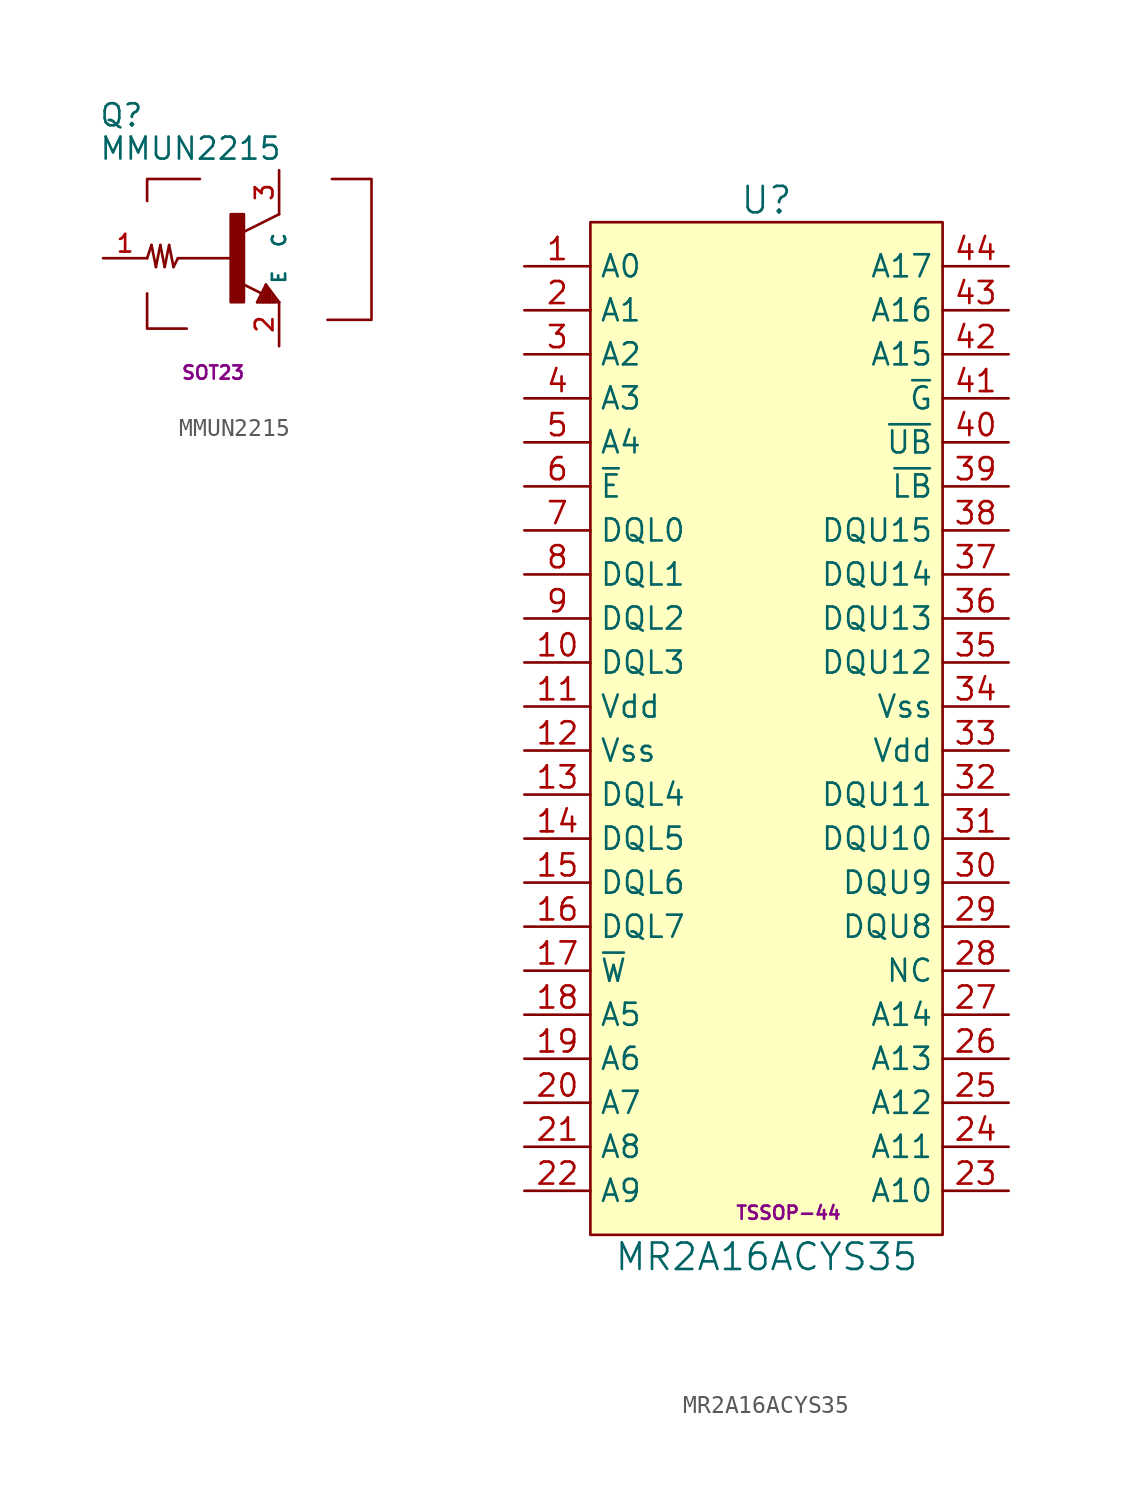
<source format=kicad_sym>
(kicad_symbol_lib
  (version 20220914)
  (generator kicad_symbol_editor)
  (symbol "MMUN2215"
    (pin_names
      (offset 1.016))
    (property "Reference" "Q"
      (at -7.874 8.255 0)
      (effects (font (size 1.27 1.27)) (justify left)))
    (property "Value" "MMUN2215"
      (at -7.874 5.588 0)
      (effects (font (size 1.27 1.27)) (justify left bottom)))
    (property "Footprint" "SOT23"
      (at -1.27 -6.604 0)
      (effects (font (size 0.762 0.762))))
    (property "Datasheet" ""
      (at 0 0 0)
      (effects (font (size 1.524 1.524))))
    (symbol "MMUN2215_0_0"
      (polyline (pts (xy 0 0) (xy -3.302 0) (xy -3.302 0)) (stroke (width 0) (type default)) (fill (type none)))
      (polyline (pts (xy -5.08 -2.032) (xy -5.08 -4.064) (xy -2.794 -4.064) (xy -2.794 -4.064)) (stroke (width 0) (type default)) (fill (type none)))
      (polyline (pts (xy -5.08 3.302) (xy -5.08 4.572) (xy -2.032 4.572) (xy -2.032 4.572)) (stroke (width 0) (type default)) (fill (type none)))
      (polyline (pts (xy 5.334 -3.556) (xy 7.874 -3.556) (xy 7.874 4.572) (xy 5.588 4.572) (xy 5.588 4.572)) (stroke (width 0) (type default)) (fill (type none))))
    (symbol "MMUN2215_0_1"
      (polyline (pts (xy 1.397 -2.54) (xy 1.397 -2.413) (xy 1.397 -2.413)) (stroke (width 0) (type default)) (fill (type none)))
      (polyline (pts (xy 1.524 -2.54) (xy 1.524 -2.159) (xy 1.524 -2.159)) (stroke (width 0) (type default)) (fill (type none)))
      (polyline (pts (xy 1.651 -2.54) (xy 1.651 -1.905) (xy 1.651 -1.905)) (stroke (width 0) (type default)) (fill (type none)))
      (polyline (pts (xy 1.778 -2.54) (xy 1.778 -1.778) (xy 1.778 -1.778)) (stroke (width 0) (type default)) (fill (type none)))
      (polyline (pts (xy 1.778 -1.778) (xy 1.778 -1.651) (xy 1.778 -1.651)) (stroke (width 0) (type default)) (fill (type none)))
      (polyline (pts (xy 1.905 -2.54) (xy 1.905 -1.778) (xy 1.905 -1.778)) (stroke (width 0) (type default)) (fill (type none)))
      (polyline (pts (xy 2.032 -2.54) (xy 2.032 -2.032) (xy 2.032 -2.032)) (stroke (width 0) (type default)) (fill (type none)))
      (polyline (pts (xy 2.032 -2.032) (xy 2.032 -1.905) (xy 2.032 -1.905)) (stroke (width 0) (type default)) (fill (type none)))
      (polyline (pts (xy 2.159 -2.54) (xy 2.159 -2.159) (xy 2.159 -2.159)) (stroke (width 0) (type default)) (fill (type none)))
      (polyline (pts (xy 2.286 -2.54) (xy 2.286 -2.286) (xy 2.286 -2.286)) (stroke (width 0) (type default)) (fill (type none)))
      (polyline (pts (xy 2.54 -2.54) (xy 1.778 -1.524) (xy 1.778 -1.524)) (stroke (width 0) (type default)) (fill (type none))))
    (symbol "MMUN2215_1_0"
      (polyline (pts (xy -5.08 0) (xy -4.826 0.762)) (stroke (width 0) (type default)) (fill (type none)))
      (polyline (pts (xy -4.826 0.762) (xy -4.572 -0.508)) (stroke (width 0) (type default)) (fill (type none)))
      (polyline (pts (xy -4.572 -0.508) (xy -4.318 0.762)) (stroke (width 0) (type default)) (fill (type none)))
      (polyline (pts (xy -4.318 0.762) (xy -4.064 -0.508)) (stroke (width 0) (type default)) (fill (type none)))
      (polyline (pts (xy -4.064 -0.508) (xy -3.81 0.762)) (stroke (width 0) (type default)) (fill (type none)))
      (polyline (pts (xy -3.81 0.762) (xy -3.556 -0.508)) (stroke (width 0) (type default)) (fill (type none)))
      (polyline (pts (xy -3.556 -0.508) (xy -3.302 0)) (stroke (width 0) (type default)) (fill (type none)))
      (polyline (pts (xy 1.27 -2.54) (xy 1.778 -1.524)) (stroke (width 0) (type default)) (fill (type none)))
      (polyline (pts (xy 1.524 -2.032) (xy 0.305 -1.422)) (stroke (width 0) (type default)) (fill (type none)))
      (polyline (pts (xy 2.54 -2.54) (xy 1.27 -2.54)) (stroke (width 0) (type default)) (fill (type none)))
      (polyline (pts (xy 2.54 2.54) (xy 0.508 1.524)) (stroke (width 0) (type default)) (fill (type none))))
    (symbol "MMUN2215_1_1"
      (rectangle (start -0.254 -2.54) (end 0.508 2.54) (stroke (width 0) (type default)) (fill (type outline)))
      (pin passive line (at -7.62 0 0) (length 2.54) (name "~" (effects (font (size 1.016 1.016)))) (number "1" (effects (font (size 1.016 1.016)))))
      (pin passive line (at 2.54 -5.08 90) (length 2.54) (name "E" (effects (font (size 0.762 0.762)))) (number "2" (effects (font (size 1.016 1.016)))))
      (pin passive line (at 2.54 5.08 270) (length 2.54) (name "C" (effects (font (size 0.762 0.762)))) (number "3" (effects (font (size 1.016 1.016)))))))
  (symbol "MR2A16ACYS35"
    (property "Reference" "U"
      (at 0 30.48 0)
      (effects (font (size 1.524 1.524))))
    (property "Value" "MR2A16ACYS35"
      (at 0 -30.48 0)
      (effects (font (size 1.524 1.524))))
    (property "Footprint" "TSSOP-44"
      (at 1.27 -27.94 0)
      (effects (font (size 0.762 0.762))))
    (property "Datasheet" ""
      (at 0 0 0)
      (effects (font (size 1.524 1.524))))
    (symbol "MR2A16ACYS35_0_1"
      (rectangle (start -10.16 29.21) (end 10.16 -29.21) (stroke (width 0) (type default)) (fill (type background))))
    (symbol "MR2A16ACYS35_1_1"
      (pin input line (at -13.97 26.67 0) (length 3.81) (name "A0" (effects (font (size 1.27 1.27)))) (number "1" (effects (font (size 1.27 1.27)))))
      (pin input line (at -13.97 3.81 0) (length 3.81) (name "DQL3" (effects (font (size 1.27 1.27)))) (number "10" (effects (font (size 1.27 1.27)))))
      (pin input line (at -13.97 1.27 0) (length 3.81) (name "Vdd" (effects (font (size 1.27 1.27)))) (number "11" (effects (font (size 1.27 1.27)))))
      (pin input line (at -13.97 -1.27 0) (length 3.81) (name "Vss" (effects (font (size 1.27 1.27)))) (number "12" (effects (font (size 1.27 1.27)))))
      (pin input line (at -13.97 -3.81 0) (length 3.81) (name "DQL4" (effects (font (size 1.27 1.27)))) (number "13" (effects (font (size 1.27 1.27)))))
      (pin input line (at -13.97 -6.35 0) (length 3.81) (name "DQL5" (effects (font (size 1.27 1.27)))) (number "14" (effects (font (size 1.27 1.27)))))
      (pin input line (at -13.97 -8.89 0) (length 3.81) (name "DQL6" (effects (font (size 1.27 1.27)))) (number "15" (effects (font (size 1.27 1.27)))))
      (pin input line (at -13.97 -11.43 0) (length 3.81) (name "DQL7" (effects (font (size 1.27 1.27)))) (number "16" (effects (font (size 1.27 1.27)))))
      (pin input line (at -13.97 -13.97 0) (length 3.81) (name "~{W}" (effects (font (size 1.27 1.27)))) (number "17" (effects (font (size 1.27 1.27)))))
      (pin input line (at -13.97 -16.51 0) (length 3.81) (name "A5" (effects (font (size 1.27 1.27)))) (number "18" (effects (font (size 1.27 1.27)))))
      (pin input line (at -13.97 -19.05 0) (length 3.81) (name "A6" (effects (font (size 1.27 1.27)))) (number "19" (effects (font (size 1.27 1.27)))))
      (pin input line (at -13.97 24.13 0) (length 3.81) (name "A1" (effects (font (size 1.27 1.27)))) (number "2" (effects (font (size 1.27 1.27)))))
      (pin input line (at -13.97 -21.59 0) (length 3.81) (name "A7" (effects (font (size 1.27 1.27)))) (number "20" (effects (font (size 1.27 1.27)))))
      (pin input line (at -13.97 -24.13 0) (length 3.81) (name "A8" (effects (font (size 1.27 1.27)))) (number "21" (effects (font (size 1.27 1.27)))))
      (pin input line (at -13.97 -26.67 0) (length 3.81) (name "A9" (effects (font (size 1.27 1.27)))) (number "22" (effects (font (size 1.27 1.27)))))
      (pin input line (at 13.97 -26.67 180) (length 3.81) (name "A10" (effects (font (size 1.27 1.27)))) (number "23" (effects (font (size 1.27 1.27)))))
      (pin input line (at 13.97 -24.13 180) (length 3.81) (name "A11" (effects (font (size 1.27 1.27)))) (number "24" (effects (font (size 1.27 1.27)))))
      (pin input line (at 13.97 -21.59 180) (length 3.81) (name "A12" (effects (font (size 1.27 1.27)))) (number "25" (effects (font (size 1.27 1.27)))))
      (pin input line (at 13.97 -19.05 180) (length 3.81) (name "A13" (effects (font (size 1.27 1.27)))) (number "26" (effects (font (size 1.27 1.27)))))
      (pin input line (at 13.97 -16.51 180) (length 3.81) (name "A14" (effects (font (size 1.27 1.27)))) (number "27" (effects (font (size 1.27 1.27)))))
      (pin input line (at 13.97 -13.97 180) (length 3.81) (name "NC" (effects (font (size 1.27 1.27)))) (number "28" (effects (font (size 1.27 1.27)))))
      (pin input line (at 13.97 -11.43 180) (length 3.81) (name "DQU8" (effects (font (size 1.27 1.27)))) (number "29" (effects (font (size 1.27 1.27)))))
      (pin input line (at -13.97 21.59 0) (length 3.81) (name "A2" (effects (font (size 1.27 1.27)))) (number "3" (effects (font (size 1.27 1.27)))))
      (pin input line (at 13.97 -8.89 180) (length 3.81) (name "DQU9" (effects (font (size 1.27 1.27)))) (number "30" (effects (font (size 1.27 1.27)))))
      (pin input line (at 13.97 -6.35 180) (length 3.81) (name "DQU10" (effects (font (size 1.27 1.27)))) (number "31" (effects (font (size 1.27 1.27)))))
      (pin input line (at 13.97 -3.81 180) (length 3.81) (name "DQU11" (effects (font (size 1.27 1.27)))) (number "32" (effects (font (size 1.27 1.27)))))
      (pin input line (at 13.97 -1.27 180) (length 3.81) (name "Vdd" (effects (font (size 1.27 1.27)))) (number "33" (effects (font (size 1.27 1.27)))))
      (pin input line (at 13.97 1.27 180) (length 3.81) (name "Vss" (effects (font (size 1.27 1.27)))) (number "34" (effects (font (size 1.27 1.27)))))
      (pin input line (at 13.97 3.81 180) (length 3.81) (name "DQU12" (effects (font (size 1.27 1.27)))) (number "35" (effects (font (size 1.27 1.27)))))
      (pin input line (at 13.97 6.35 180) (length 3.81) (name "DQU13" (effects (font (size 1.27 1.27)))) (number "36" (effects (font (size 1.27 1.27)))))
      (pin input line (at 13.97 8.89 180) (length 3.81) (name "DQU14" (effects (font (size 1.27 1.27)))) (number "37" (effects (font (size 1.27 1.27)))))
      (pin input line (at 13.97 11.43 180) (length 3.81) (name "DQU15" (effects (font (size 1.27 1.27)))) (number "38" (effects (font (size 1.27 1.27)))))
      (pin input line (at 13.97 13.97 180) (length 3.81) (name "~{LB}" (effects (font (size 1.27 1.27)))) (number "39" (effects (font (size 1.27 1.27)))))
      (pin input line (at -13.97 19.05 0) (length 3.81) (name "A3" (effects (font (size 1.27 1.27)))) (number "4" (effects (font (size 1.27 1.27)))))
      (pin input line (at 13.97 16.51 180) (length 3.81) (name "~{UB}" (effects (font (size 1.27 1.27)))) (number "40" (effects (font (size 1.27 1.27)))))
      (pin input line (at 13.97 19.05 180) (length 3.81) (name "~{G}" (effects (font (size 1.27 1.27)))) (number "41" (effects (font (size 1.27 1.27)))))
      (pin input line (at 13.97 21.59 180) (length 3.81) (name "A15" (effects (font (size 1.27 1.27)))) (number "42" (effects (font (size 1.27 1.27)))))
      (pin input line (at 13.97 24.13 180) (length 3.81) (name "A16" (effects (font (size 1.27 1.27)))) (number "43" (effects (font (size 1.27 1.27)))))
      (pin input line (at 13.97 26.67 180) (length 3.81) (name "A17" (effects (font (size 1.27 1.27)))) (number "44" (effects (font (size 1.27 1.27)))))
      (pin input line (at -13.97 16.51 0) (length 3.81) (name "A4" (effects (font (size 1.27 1.27)))) (number "5" (effects (font (size 1.27 1.27)))))
      (pin input line (at -13.97 13.97 0) (length 3.81) (name "~{E}" (effects (font (size 1.27 1.27)))) (number "6" (effects (font (size 1.27 1.27)))))
      (pin input line (at -13.97 11.43 0) (length 3.81) (name "DQL0" (effects (font (size 1.27 1.27)))) (number "7" (effects (font (size 1.27 1.27)))))
      (pin input line (at -13.97 8.89 0) (length 3.81) (name "DQL1" (effects (font (size 1.27 1.27)))) (number "8" (effects (font (size 1.27 1.27)))))
      (pin input line (at -13.97 6.35 0) (length 3.81) (name "DQL2" (effects (font (size 1.27 1.27)))) (number "9" (effects (font (size 1.27 1.27))))))))
</source>
